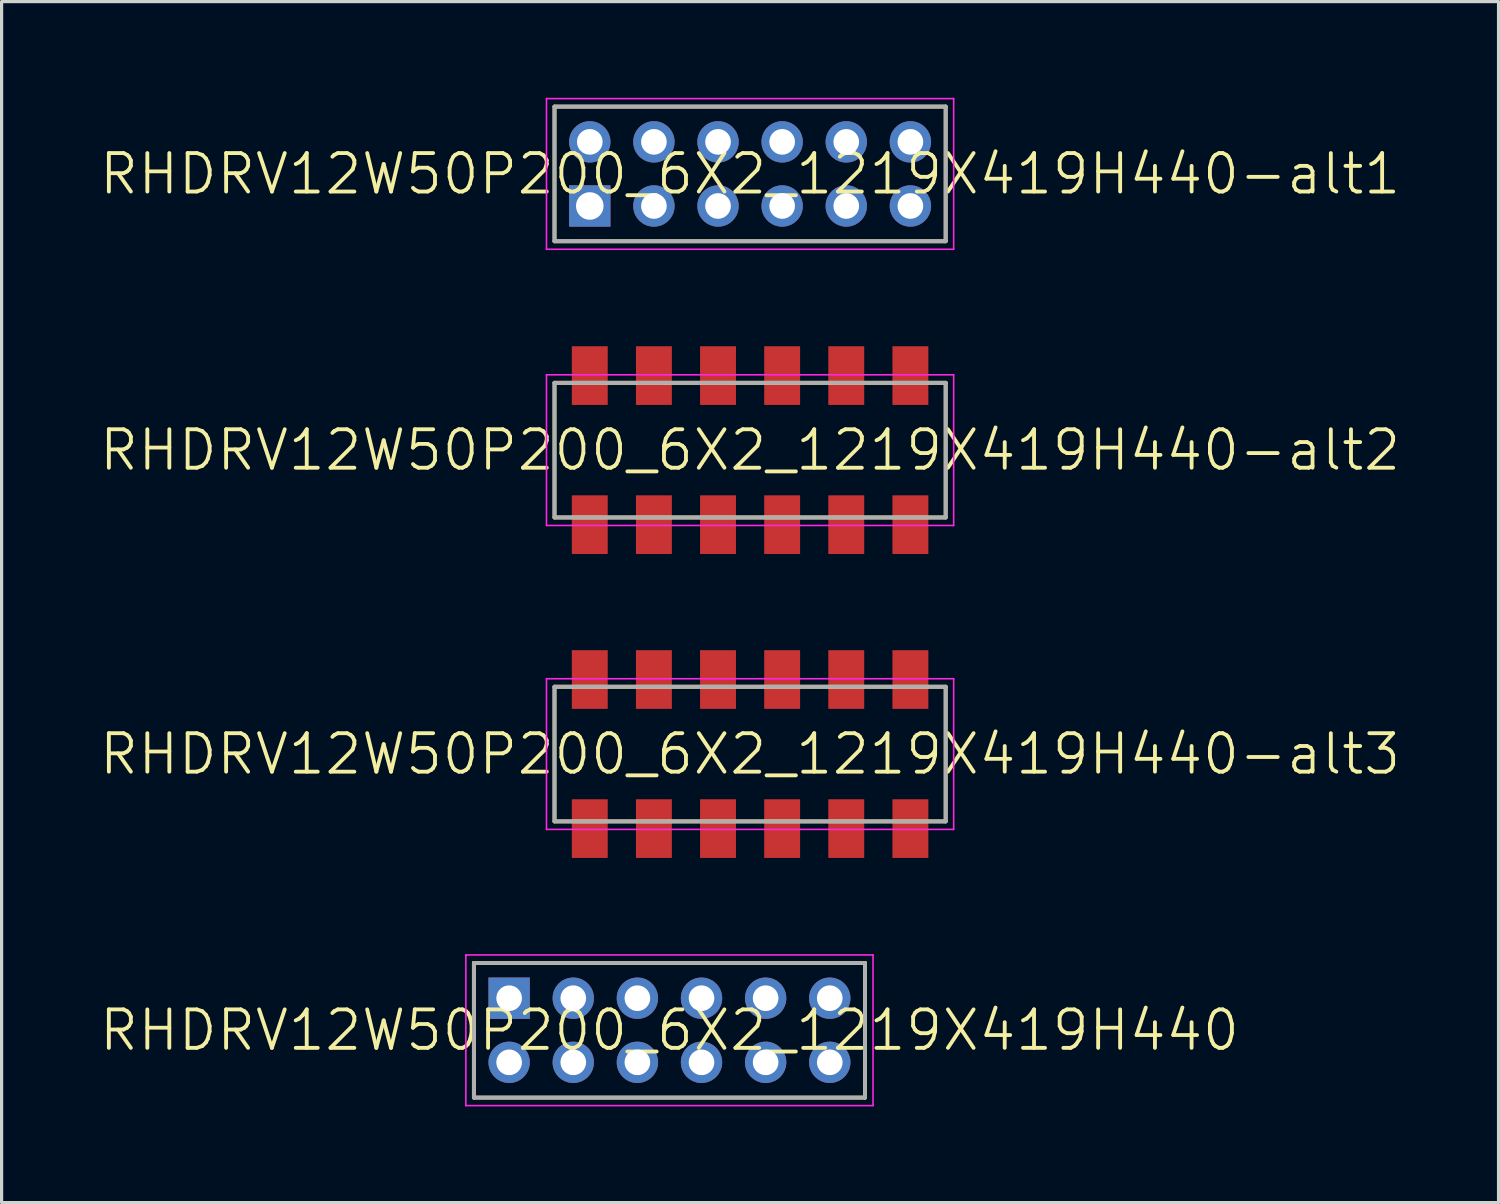
<source format=kicad_pcb>
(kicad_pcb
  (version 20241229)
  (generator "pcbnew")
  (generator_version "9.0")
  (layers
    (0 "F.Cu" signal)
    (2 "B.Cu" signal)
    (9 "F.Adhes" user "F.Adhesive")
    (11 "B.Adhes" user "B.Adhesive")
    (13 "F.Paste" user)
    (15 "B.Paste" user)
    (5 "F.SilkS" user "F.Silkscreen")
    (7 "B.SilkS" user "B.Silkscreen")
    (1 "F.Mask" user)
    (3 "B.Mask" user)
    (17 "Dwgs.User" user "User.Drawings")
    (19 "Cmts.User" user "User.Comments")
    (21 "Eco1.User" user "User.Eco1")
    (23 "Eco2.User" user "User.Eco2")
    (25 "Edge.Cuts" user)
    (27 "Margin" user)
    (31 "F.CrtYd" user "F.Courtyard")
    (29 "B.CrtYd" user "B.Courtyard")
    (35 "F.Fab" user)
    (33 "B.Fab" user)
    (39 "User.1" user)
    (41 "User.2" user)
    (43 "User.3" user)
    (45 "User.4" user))
  (footprint "RHDRV12W50P200_6X2_1219X419H440-alt2"
    (layer "F.Cu")
    (at 15.346 9.99)
    (property "Reference" "RHDRV12W50P200_6X2_1219X419H440-alt2" (at 5 1 0) (layer "F.SilkS") (effects (font (size 1.2 1.2) (thickness 0.12))))
    (attr through_hole)
    (fp_line (start -1.1 -1.1) (end 11.1 -1.1) (stroke (width 0.12) (type solid)) (layer "F.SilkS"))
    (fp_line (start -1.1 3.1) (end -1.1 -1.1) (stroke (width 0.12) (type solid)) (layer "F.SilkS"))
    (fp_line (start 11.1 -1.1) (end 11.1 3.1) (stroke (width 0.12) (type solid)) (layer "F.SilkS"))
    (fp_line (start 11.1 3.1) (end -1.1 3.1) (stroke (width 0.12) (type solid)) (layer "F.SilkS"))
    (fp_line (start -1.35 -1.35) (end 11.35 -1.35) (stroke (width 0.05) (type solid)) (layer "F.CrtYd"))
    (fp_line (start -1.35 3.35) (end -1.35 -1.35) (stroke (width 0.05) (type solid)) (layer "F.CrtYd"))
    (fp_line (start 11.35 -1.35) (end 11.35 3.35) (stroke (width 0.05) (type solid)) (layer "F.CrtYd"))
    (fp_line (start 11.35 3.35) (end -1.35 3.35) (stroke (width 0.05) (type solid)) (layer "F.CrtYd"))
    (fp_line (start -1.1 -1.1) (end 11.1 -1.1) (stroke (width 0.12) (type solid)) (layer "F.Fab"))
    (fp_line (start -1.1 3.1) (end -1.1 -1.1) (stroke (width 0.12) (type solid)) (layer "F.Fab"))
    (fp_line (start 11.1 -1.1) (end 11.1 3.1) (stroke (width 0.12) (type solid)) (layer "F.Fab"))
    (fp_line (start 11.1 3.1) (end -1.1 3.1) (stroke (width 0.12) (type solid)) (layer "F.Fab"))
    (pad "1" smd rect (at 0 -1.325) (size 1.12 1.83) (layers "F.Cu" "F.Mask" "F.Paste"))
    (pad "2" smd rect (at 0 3.325) (size 1.12 1.83) (layers "F.Cu" "F.Mask" "F.Paste"))
    (pad "3" smd rect (at 2 -1.325) (size 1.12 1.83) (layers "F.Cu" "F.Mask" "F.Paste"))
    (pad "4" smd rect (at 2 3.325) (size 1.12 1.83) (layers "F.Cu" "F.Mask" "F.Paste"))
    (pad "5" smd rect (at 4 -1.325) (size 1.12 1.83) (layers "F.Cu" "F.Mask" "F.Paste"))
    (pad "6" smd rect (at 4 3.325) (size 1.12 1.83) (layers "F.Cu" "F.Mask" "F.Paste"))
    (pad "7" smd rect (at 6 -1.325) (size 1.12 1.83) (layers "F.Cu" "F.Mask" "F.Paste"))
    (pad "8" smd rect (at 6 3.325) (size 1.12 1.83) (layers "F.Cu" "F.Mask" "F.Paste"))
    (pad "9" smd rect (at 8 -1.325) (size 1.12 1.83) (layers "F.Cu" "F.Mask" "F.Paste"))
    (pad "10" smd rect (at 8 3.325) (size 1.12 1.83) (layers "F.Cu" "F.Mask" "F.Paste"))
    (pad "11" smd rect (at 10 -1.325) (size 1.12 1.83) (layers "F.Cu" "F.Mask" "F.Paste"))
    (pad "12" smd rect (at 10 3.325) (size 1.12 1.83) (layers "F.Cu" "F.Mask" "F.Paste")))
  (footprint "RHDRV12W50P200_6X2_1219X419H440-alt1"
    (layer "F.Cu")
    (at 15.346 3.375)
    (property "Reference" "RHDRV12W50P200_6X2_1219X419H440-alt1" (at 5 -1 0) (layer "F.SilkS") (effects (font (size 1.2 1.2) (thickness 0.12))))
    (attr through_hole)
    (fp_line (start -1.1 -3.1) (end 11.1 -3.1) (stroke (width 0.12) (type solid)) (layer "F.SilkS"))
    (fp_line (start -1.1 1.1) (end -1.1 -3.1) (stroke (width 0.12) (type solid)) (layer "F.SilkS"))
    (fp_line (start 11.1 -3.1) (end 11.1 1.1) (stroke (width 0.12) (type solid)) (layer "F.SilkS"))
    (fp_line (start 11.1 1.1) (end -1.1 1.1) (stroke (width 0.12) (type solid)) (layer "F.SilkS"))
    (fp_line (start -1.35 -3.35) (end 11.35 -3.35) (stroke (width 0.05) (type solid)) (layer "F.CrtYd"))
    (fp_line (start -1.35 1.35) (end -1.35 -3.35) (stroke (width 0.05) (type solid)) (layer "F.CrtYd"))
    (fp_line (start 0 -0.35) (end 0 0.35) (stroke (width 0.05) (type solid)) (layer "F.CrtYd"))
    (fp_line (start 0.35 0) (end -0.35 0) (stroke (width 0.05) (type solid)) (layer "F.CrtYd"))
    (fp_line (start 11.35 -3.35) (end 11.35 1.35) (stroke (width 0.05) (type solid)) (layer "F.CrtYd"))
    (fp_line (start 11.35 1.35) (end -1.35 1.35) (stroke (width 0.05) (type solid)) (layer "F.CrtYd"))
    (fp_circle (center 0 0) (end 0 0.25) (stroke (width 0.05) (type solid)) (fill no) (layer "F.CrtYd"))
    (fp_line (start -1.1 -3.1) (end 11.1 -3.1) (stroke (width 0.12) (type solid)) (layer "F.Fab"))
    (fp_line (start -1.1 1.1) (end -1.1 -3.1) (stroke (width 0.12) (type solid)) (layer "F.Fab"))
    (fp_line (start 11.1 -3.1) (end 11.1 1.1) (stroke (width 0.12) (type solid)) (layer "F.Fab"))
    (fp_line (start 11.1 1.1) (end -1.1 1.1) (stroke (width 0.12) (type solid)) (layer "F.Fab"))
    (pad "1" thru_hole rect (at 0 0) (size 1.29 1.29) (drill 0.86) (layers "*.Cu" "*.Mask"))
    (pad "2" thru_hole circle (at 0 -2) (size 1.29 1.29) (drill 0.8) (layers "*.Cu" "*.Mask"))
    (pad "3" thru_hole circle (at 2 0) (size 1.29 1.29) (drill 0.8) (layers "*.Cu" "*.Mask"))
    (pad "4" thru_hole circle (at 2 -2) (size 1.29 1.29) (drill 0.8) (layers "*.Cu" "*.Mask"))
    (pad "5" thru_hole circle (at 4 0) (size 1.29 1.29) (drill 0.8) (layers "*.Cu" "*.Mask"))
    (pad "6" thru_hole circle (at 4 -2) (size 1.29 1.29) (drill 0.8) (layers "*.Cu" "*.Mask"))
    (pad "7" thru_hole circle (at 6 0) (size 1.29 1.29) (drill 0.8) (layers "*.Cu" "*.Mask"))
    (pad "8" thru_hole circle (at 6 -2) (size 1.29 1.29) (drill 0.8) (layers "*.Cu" "*.Mask"))
    (pad "9" thru_hole circle (at 8 0) (size 1.29 1.29) (drill 0.8) (layers "*.Cu" "*.Mask"))
    (pad "10" thru_hole circle (at 8 -2) (size 1.29 1.29) (drill 0.8) (layers "*.Cu" "*.Mask"))
    (pad "11" thru_hole circle (at 10 0) (size 1.29 1.29) (drill 0.8) (layers "*.Cu" "*.Mask"))
    (pad "12" thru_hole circle (at 10 -2) (size 1.29 1.29) (drill 0.8) (layers "*.Cu" "*.Mask")))
  (footprint "RHDRV12W50P200_6X2_1219X419H440-alt3"
    (layer "F.Cu")
    (at 15.346 21.47)
    (property "Reference" "RHDRV12W50P200_6X2_1219X419H440-alt3" (at 5 -1 0) (layer "F.SilkS") (effects (font (size 1.2 1.2) (thickness 0.12))))
    (attr through_hole)
    (fp_line (start -1.1 -3.1) (end 11.1 -3.1) (stroke (width 0.12) (type solid)) (layer "F.SilkS"))
    (fp_line (start -1.1 1.1) (end -1.1 -3.1) (stroke (width 0.12) (type solid)) (layer "F.SilkS"))
    (fp_line (start 11.1 -3.1) (end 11.1 1.1) (stroke (width 0.12) (type solid)) (layer "F.SilkS"))
    (fp_line (start 11.1 1.1) (end -1.1 1.1) (stroke (width 0.12) (type solid)) (layer "F.SilkS"))
    (fp_line (start -1.35 -3.35) (end 11.35 -3.35) (stroke (width 0.05) (type solid)) (layer "F.CrtYd"))
    (fp_line (start -1.35 1.35) (end -1.35 -3.35) (stroke (width 0.05) (type solid)) (layer "F.CrtYd"))
    (fp_line (start 11.35 -3.35) (end 11.35 1.35) (stroke (width 0.05) (type solid)) (layer "F.CrtYd"))
    (fp_line (start 11.35 1.35) (end -1.35 1.35) (stroke (width 0.05) (type solid)) (layer "F.CrtYd"))
    (fp_line (start -1.1 -3.1) (end 11.1 -3.1) (stroke (width 0.12) (type solid)) (layer "F.Fab"))
    (fp_line (start -1.1 1.1) (end -1.1 -3.1) (stroke (width 0.12) (type solid)) (layer "F.Fab"))
    (fp_line (start 11.1 -3.1) (end 11.1 1.1) (stroke (width 0.12) (type solid)) (layer "F.Fab"))
    (fp_line (start 11.1 1.1) (end -1.1 1.1) (stroke (width 0.12) (type solid)) (layer "F.Fab"))
    (pad "1" smd rect (at 0 1.325) (size 1.12 1.83) (layers "F.Cu" "F.Mask" "F.Paste"))
    (pad "2" smd rect (at 0 -3.325) (size 1.12 1.83) (layers "F.Cu" "F.Mask" "F.Paste"))
    (pad "3" smd rect (at 2 1.325) (size 1.12 1.83) (layers "F.Cu" "F.Mask" "F.Paste"))
    (pad "4" smd rect (at 2 -3.325) (size 1.12 1.83) (layers "F.Cu" "F.Mask" "F.Paste"))
    (pad "5" smd rect (at 4 1.325) (size 1.12 1.83) (layers "F.Cu" "F.Mask" "F.Paste"))
    (pad "6" smd rect (at 4 -3.325) (size 1.12 1.83) (layers "F.Cu" "F.Mask" "F.Paste"))
    (pad "7" smd rect (at 6 1.325) (size 1.12 1.83) (layers "F.Cu" "F.Mask" "F.Paste"))
    (pad "8" smd rect (at 6 -3.325) (size 1.12 1.83) (layers "F.Cu" "F.Mask" "F.Paste"))
    (pad "9" smd rect (at 8 1.325) (size 1.12 1.83) (layers "F.Cu" "F.Mask" "F.Paste"))
    (pad "10" smd rect (at 8 -3.325) (size 1.12 1.83) (layers "F.Cu" "F.Mask" "F.Paste"))
    (pad "11" smd rect (at 10 1.325) (size 1.12 1.83) (layers "F.Cu" "F.Mask" "F.Paste"))
    (pad "12" smd rect (at 10 -3.325) (size 1.12 1.83) (layers "F.Cu" "F.Mask" "F.Paste")))
  (footprint "RHDRV12W50P200_6X2_1219X419H440"
    (layer "F.Cu")
    (at 12.831 28.085)
    (property "Reference" "RHDRV12W50P200_6X2_1219X419H440" (at 5 1 0) (layer "F.SilkS") (effects (font (size 1.2 1.2) (thickness 0.12))))
    (attr through_hole)
    (fp_line (start -1.1 -1.1) (end 11.1 -1.1) (stroke (width 0.12) (type solid)) (layer "F.SilkS"))
    (fp_line (start -1.1 3.1) (end -1.1 -1.1) (stroke (width 0.12) (type solid)) (layer "F.SilkS"))
    (fp_line (start 11.1 -1.1) (end 11.1 3.1) (stroke (width 0.12) (type solid)) (layer "F.SilkS"))
    (fp_line (start 11.1 3.1) (end -1.1 3.1) (stroke (width 0.12) (type solid)) (layer "F.SilkS"))
    (fp_line (start -1.35 -1.35) (end 11.35 -1.35) (stroke (width 0.05) (type solid)) (layer "F.CrtYd"))
    (fp_line (start -1.35 3.35) (end -1.35 -1.35) (stroke (width 0.05) (type solid)) (layer "F.CrtYd"))
    (fp_line (start 0 -0.35) (end 0 0.35) (stroke (width 0.05) (type solid)) (layer "F.CrtYd"))
    (fp_line (start 0.35 0) (end -0.35 0) (stroke (width 0.05) (type solid)) (layer "F.CrtYd"))
    (fp_line (start 11.35 -1.35) (end 11.35 3.35) (stroke (width 0.05) (type solid)) (layer "F.CrtYd"))
    (fp_line (start 11.35 3.35) (end -1.35 3.35) (stroke (width 0.05) (type solid)) (layer "F.CrtYd"))
    (fp_circle (center 0 0) (end 0 0.25) (stroke (width 0.05) (type solid)) (fill no) (layer "F.CrtYd"))
    (fp_line (start -1.1 -1.1) (end 11.1 -1.1) (stroke (width 0.12) (type solid)) (layer "F.Fab"))
    (fp_line (start -1.1 3.1) (end -1.1 -1.1) (stroke (width 0.12) (type solid)) (layer "F.Fab"))
    (fp_line (start 11.1 -1.1) (end 11.1 3.1) (stroke (width 0.12) (type solid)) (layer "F.Fab"))
    (fp_line (start 11.1 3.1) (end -1.1 3.1) (stroke (width 0.12) (type solid)) (layer "F.Fab"))
    (pad "1" thru_hole rect (at 0 0) (size 1.29 1.29) (drill 0.8) (layers "*.Cu" "*.Mask"))
    (pad "2" thru_hole circle (at 0 2) (size 1.29 1.29) (drill 0.8) (layers "*.Cu" "*.Mask"))
    (pad "3" thru_hole circle (at 2 0) (size 1.29 1.29) (drill 0.8) (layers "*.Cu" "*.Mask"))
    (pad "4" thru_hole circle (at 2 2) (size 1.29 1.29) (drill 0.8) (layers "*.Cu" "*.Mask"))
    (pad "5" thru_hole circle (at 4 0) (size 1.29 1.29) (drill 0.8) (layers "*.Cu" "*.Mask"))
    (pad "6" thru_hole circle (at 4 2) (size 1.29 1.29) (drill 0.8) (layers "*.Cu" "*.Mask"))
    (pad "7" thru_hole circle (at 6 0) (size 1.29 1.29) (drill 0.8) (layers "*.Cu" "*.Mask"))
    (pad "8" thru_hole circle (at 6 2) (size 1.29 1.29) (drill 0.8) (layers "*.Cu" "*.Mask"))
    (pad "9" thru_hole circle (at 8 0) (size 1.29 1.29) (drill 0.8) (layers "*.Cu" "*.Mask"))
    (pad "10" thru_hole circle (at 8 2) (size 1.29 1.29) (drill 0.8) (layers "*.Cu" "*.Mask"))
    (pad "11" thru_hole circle (at 10 0) (size 1.29 1.29) (drill 0.8) (layers "*.Cu" "*.Mask"))
    (pad "12" thru_hole circle (at 10 2) (size 1.29 1.29) (drill 0.8) (layers "*.Cu" "*.Mask")))
  (gr_rect
    (start -3 -3)
    (end 43.691 34.46)
    (stroke (width 0.1) (type default))
    (fill no)
    (layer "Edge.Cuts")))
</source>
